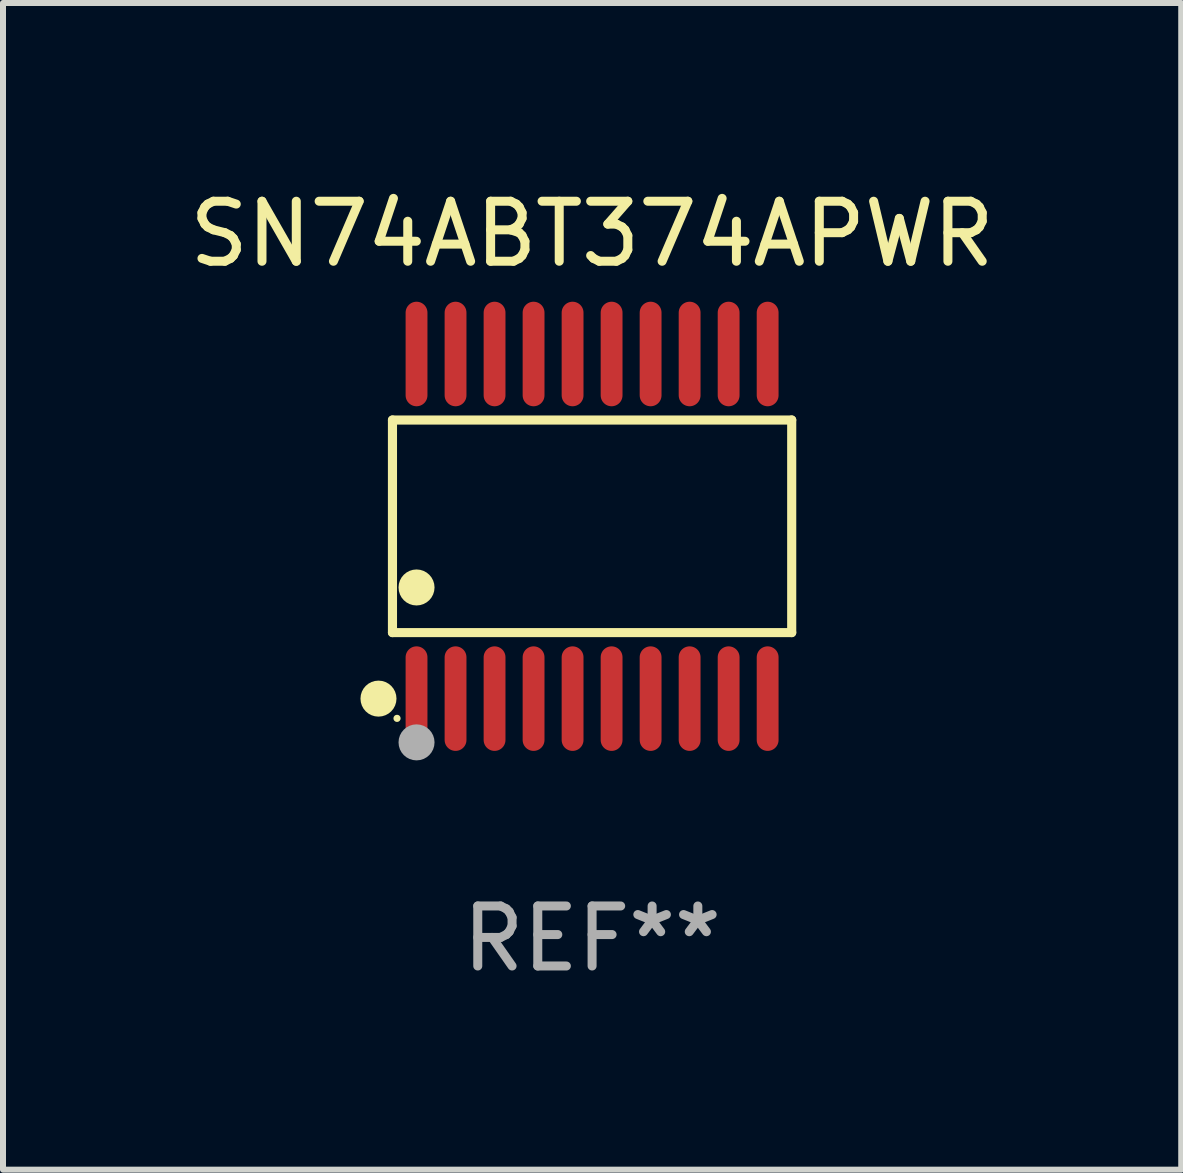
<source format=kicad_pcb>
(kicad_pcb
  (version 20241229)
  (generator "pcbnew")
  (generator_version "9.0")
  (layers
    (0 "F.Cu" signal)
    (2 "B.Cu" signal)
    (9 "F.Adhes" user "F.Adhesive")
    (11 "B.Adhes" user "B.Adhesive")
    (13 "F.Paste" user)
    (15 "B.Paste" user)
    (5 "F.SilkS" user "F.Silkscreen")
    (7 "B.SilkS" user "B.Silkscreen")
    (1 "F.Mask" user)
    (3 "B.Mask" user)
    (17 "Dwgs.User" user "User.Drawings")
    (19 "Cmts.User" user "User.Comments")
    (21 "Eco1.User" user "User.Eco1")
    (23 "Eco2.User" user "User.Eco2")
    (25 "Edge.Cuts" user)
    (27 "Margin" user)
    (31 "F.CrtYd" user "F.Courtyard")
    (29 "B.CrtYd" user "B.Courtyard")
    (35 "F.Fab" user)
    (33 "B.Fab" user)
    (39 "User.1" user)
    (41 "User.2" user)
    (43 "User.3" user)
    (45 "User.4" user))
  (footprint "SN74ABT374APWR"
    (layer "F.Cu")
    (at 6.815 5.719)
    (property "Reference" "SN74ABT374APWR" (at 0 -4.871 0) (layer "F.SilkS") (effects (font (size 1 1) (thickness 0.15))))
    (attr through_hole)
    (fp_line (start -3.326 -1.771) (end 3.326 -1.771) (stroke (width 0.152) (type solid)) (layer "F.SilkS"))
    (fp_line (start -3.326 1.771) (end -3.326 -1.771) (stroke (width 0.152) (type solid)) (layer "F.SilkS"))
    (fp_line (start 3.326 -1.771) (end 3.326 1.771) (stroke (width 0.152) (type solid)) (layer "F.SilkS"))
    (fp_line (start 3.326 1.771) (end -3.326 1.771) (stroke (width 0.152) (type solid)) (layer "F.SilkS"))
    (fp_circle (center -3.559 2.871) (end -3.409 2.871) (stroke (width 0.3) (type solid)) (fill no) (layer "F.SilkS"))
    (fp_circle (center -3.25 3.2) (end -3.22 3.2) (stroke (width 0.06) (type solid)) (fill no) (layer "F.SilkS"))
    (fp_circle (center -2.925 1.019) (end -2.775 1.019) (stroke (width 0.3) (type solid)) (fill no) (layer "F.SilkS"))
    (fp_circle (center -2.925 3.6) (end -2.775 3.6) (stroke (width 0.3) (type solid)) (fill no) (layer "F.Fab"))
    (fp_text user "REF**" (at 0 6.871 0) (layer "F.Fab") (effects (font (size 1 1) (thickness 0.15))))
    (pad "1" smd oval (at -2.925 2.871) (size 0.364 1.742) (layers "F.Cu" "F.Mask" "F.Paste"))
    (pad "2" smd oval (at -2.275 2.871) (size 0.364 1.742) (layers "F.Cu" "F.Mask" "F.Paste"))
    (pad "3" smd oval (at -1.625 2.871) (size 0.364 1.742) (layers "F.Cu" "F.Mask" "F.Paste"))
    (pad "4" smd oval (at -0.975 2.871) (size 0.364 1.742) (layers "F.Cu" "F.Mask" "F.Paste"))
    (pad "5" smd oval (at -0.325 2.871) (size 0.364 1.742) (layers "F.Cu" "F.Mask" "F.Paste"))
    (pad "6" smd oval (at 0.325 2.871) (size 0.364 1.742) (layers "F.Cu" "F.Mask" "F.Paste"))
    (pad "7" smd oval (at 0.975 2.871) (size 0.364 1.742) (layers "F.Cu" "F.Mask" "F.Paste"))
    (pad "8" smd oval (at 1.625 2.871) (size 0.364 1.742) (layers "F.Cu" "F.Mask" "F.Paste"))
    (pad "9" smd oval (at 2.275 2.871) (size 0.364 1.742) (layers "F.Cu" "F.Mask" "F.Paste"))
    (pad "10" smd oval (at 2.925 2.871) (size 0.364 1.742) (layers "F.Cu" "F.Mask" "F.Paste"))
    (pad "11" smd oval (at 2.925 -2.871) (size 0.364 1.742) (layers "F.Cu" "F.Mask" "F.Paste"))
    (pad "12" smd oval (at 2.275 -2.871) (size 0.364 1.742) (layers "F.Cu" "F.Mask" "F.Paste"))
    (pad "13" smd oval (at 1.625 -2.871) (size 0.364 1.742) (layers "F.Cu" "F.Mask" "F.Paste"))
    (pad "14" smd oval (at 0.975 -2.871) (size 0.364 1.742) (layers "F.Cu" "F.Mask" "F.Paste"))
    (pad "15" smd oval (at 0.325 -2.871) (size 0.364 1.742) (layers "F.Cu" "F.Mask" "F.Paste"))
    (pad "16" smd oval (at -0.325 -2.871) (size 0.364 1.742) (layers "F.Cu" "F.Mask" "F.Paste"))
    (pad "17" smd oval (at -0.975 -2.871) (size 0.364 1.742) (layers "F.Cu" "F.Mask" "F.Paste"))
    (pad "18" smd oval (at -1.625 -2.871) (size 0.364 1.742) (layers "F.Cu" "F.Mask" "F.Paste"))
    (pad "19" smd oval (at -2.275 -2.871) (size 0.364 1.742) (layers "F.Cu" "F.Mask" "F.Paste"))
    (pad "20" smd oval (at -2.925 -2.871) (size 0.364 1.742) (layers "F.Cu" "F.Mask" "F.Paste")))
  (gr_rect
    (start -3 -3)
    (end 16.631 16.438)
    (stroke (width 0.1) (type default))
    (fill no)
    (layer "Edge.Cuts")))
</source>
